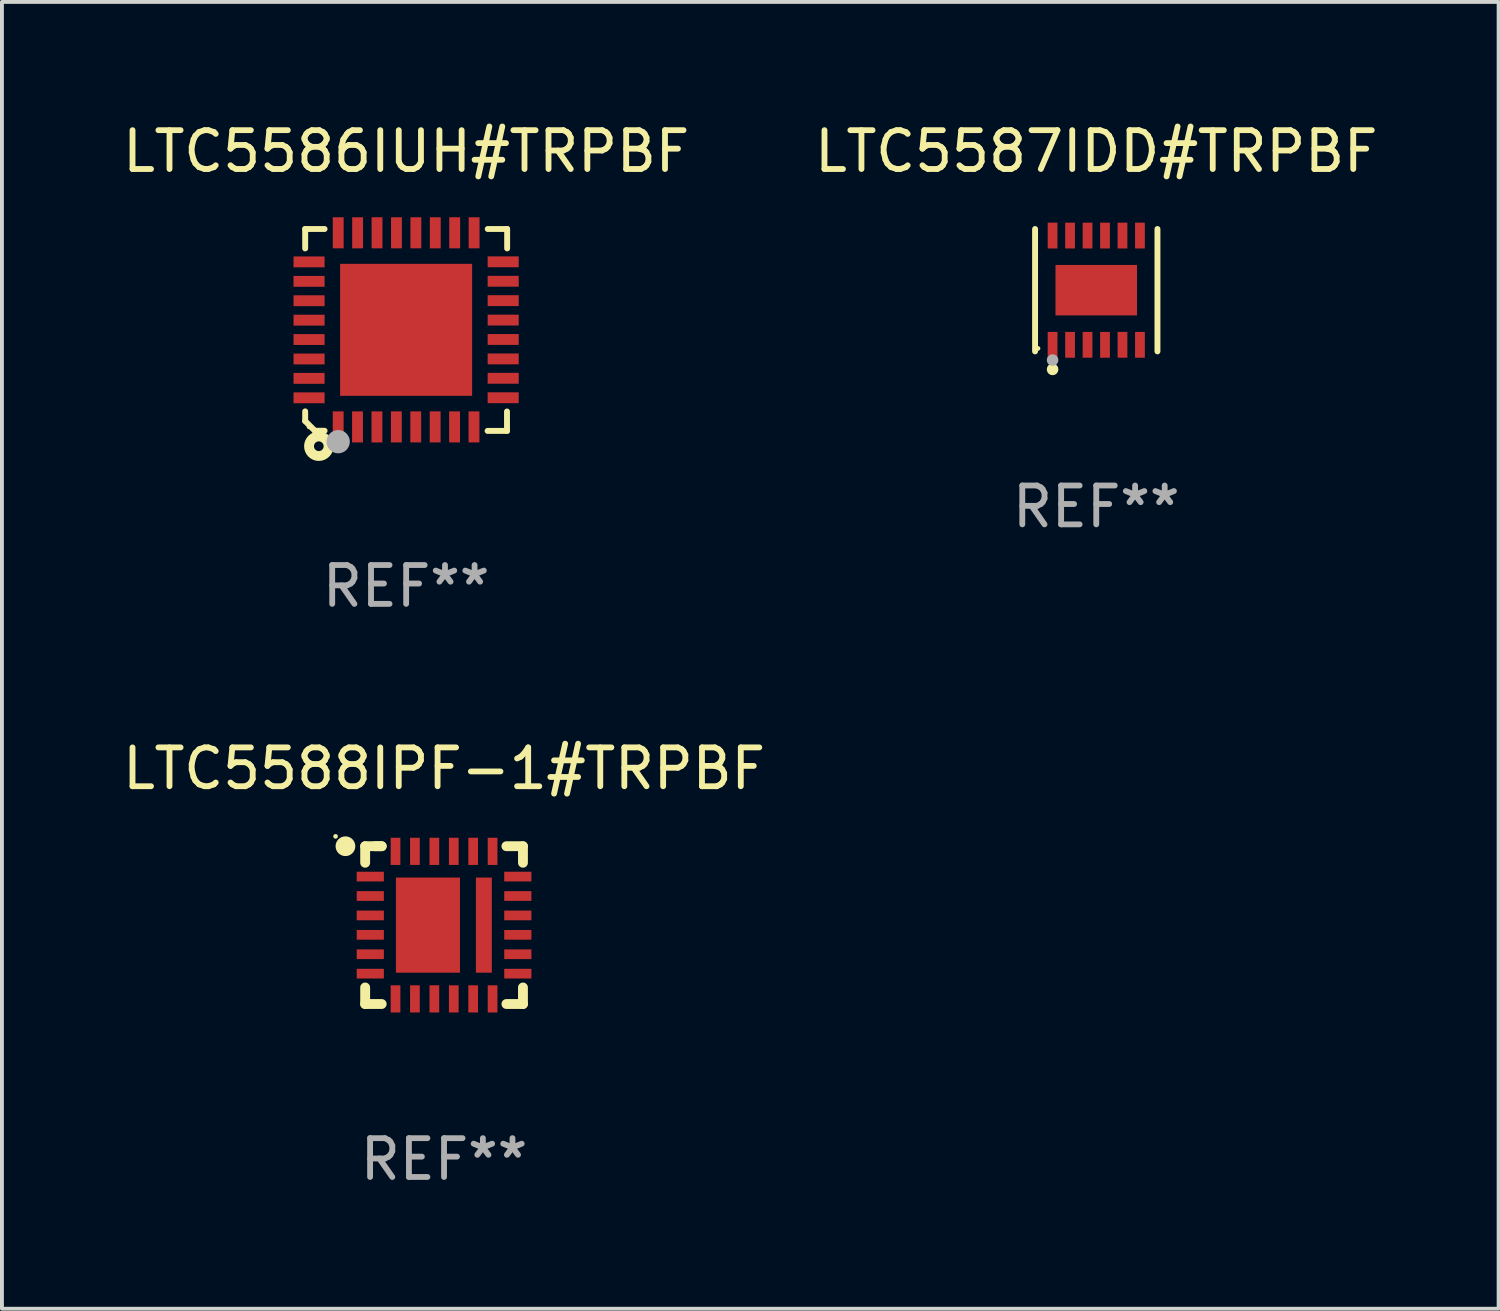
<source format=kicad_pcb>
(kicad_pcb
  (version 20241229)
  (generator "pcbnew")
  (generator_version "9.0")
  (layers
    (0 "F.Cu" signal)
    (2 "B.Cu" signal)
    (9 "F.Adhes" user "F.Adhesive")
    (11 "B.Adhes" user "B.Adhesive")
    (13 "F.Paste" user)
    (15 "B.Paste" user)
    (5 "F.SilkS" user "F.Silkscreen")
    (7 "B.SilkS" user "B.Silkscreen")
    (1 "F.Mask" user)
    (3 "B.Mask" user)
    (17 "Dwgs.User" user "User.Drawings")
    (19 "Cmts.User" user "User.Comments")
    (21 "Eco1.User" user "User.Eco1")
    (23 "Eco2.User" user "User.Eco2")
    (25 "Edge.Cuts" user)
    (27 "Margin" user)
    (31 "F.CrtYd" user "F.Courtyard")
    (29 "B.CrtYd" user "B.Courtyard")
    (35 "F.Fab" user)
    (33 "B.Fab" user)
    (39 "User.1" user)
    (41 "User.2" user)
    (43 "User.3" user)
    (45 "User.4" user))
  (footprint "LTC5588IPF-1#TRPBF"
    (layer "F.Cu")
    (at 8.387 20.777)
    (property "Reference" "LTC5588IPF-1#TRPBF" (at 0 -4.032 0) (layer "F.SilkS") (effects (font (size 1 1) (thickness 0.15))))
    (attr through_hole)
    (fp_line (start -2.032 -2.032) (end -2.032 -1.606) (stroke (width 0.254) (type solid)) (layer "F.SilkS"))
    (fp_line (start -2.032 1.606) (end -2.032 2.032) (stroke (width 0.254) (type solid)) (layer "F.SilkS"))
    (fp_line (start -2.032 2.032) (end -1.606 2.032) (stroke (width 0.254) (type solid)) (layer "F.SilkS"))
    (fp_line (start -1.606 -2.032) (end -2.032 -2.032) (stroke (width 0.254) (type solid)) (layer "F.SilkS"))
    (fp_line (start -1.606 -2.032) (end -1.778 -2.032) (stroke (width 0.254) (type solid)) (layer "F.SilkS"))
    (fp_line (start 1.606 2.032) (end 2.032 2.032) (stroke (width 0.254) (type solid)) (layer "F.SilkS"))
    (fp_line (start 2.032 -2.032) (end 1.606 -2.032) (stroke (width 0.254) (type solid)) (layer "F.SilkS"))
    (fp_line (start 2.032 -1.606) (end 2.032 -2.032) (stroke (width 0.254) (type solid)) (layer "F.SilkS"))
    (fp_line (start 2.032 2.032) (end 2.032 1.606) (stroke (width 0.254) (type solid)) (layer "F.SilkS"))
    (fp_circle (center -2.794 -2.286) (end -2.764 -2.286) (stroke (width 0.06) (type solid)) (fill no) (layer "F.SilkS"))
    (fp_circle (center -2.54 -2.032) (end -2.413 -2.032) (stroke (width 0.254) (type solid)) (fill no) (layer "F.SilkS"))
    (fp_text user "REF**" (at 0 6.032 0) (layer "F.Fab") (effects (font (size 1 1) (thickness 0.15))))
    (pad "1" smd rect (at -1.9 -1.25) (size 0.7 0.25) (layers "F.Cu" "F.Mask" "F.Paste"))
    (pad "2" smd rect (at -1.9 -0.75) (size 0.7 0.25) (layers "F.Cu" "F.Mask" "F.Paste"))
    (pad "3" smd rect (at -1.9 -0.25) (size 0.7 0.25) (layers "F.Cu" "F.Mask" "F.Paste"))
    (pad "4" smd rect (at -1.9 0.25) (size 0.7 0.25) (layers "F.Cu" "F.Mask" "F.Paste"))
    (pad "5" smd rect (at -1.9 0.75) (size 0.7 0.25) (layers "F.Cu" "F.Mask" "F.Paste"))
    (pad "6" smd rect (at -1.9 1.25) (size 0.7 0.25) (layers "F.Cu" "F.Mask" "F.Paste"))
    (pad "7" smd rect (at -1.25 1.9 90) (size 0.7 0.25) (layers "F.Cu" "F.Mask" "F.Paste"))
    (pad "8" smd rect (at -0.75 1.9 90) (size 0.7 0.25) (layers "F.Cu" "F.Mask" "F.Paste"))
    (pad "9" smd rect (at -0.25 1.9 90) (size 0.7 0.25) (layers "F.Cu" "F.Mask" "F.Paste"))
    (pad "10" smd rect (at 0.25 1.9 90) (size 0.7 0.25) (layers "F.Cu" "F.Mask" "F.Paste"))
    (pad "11" smd rect (at 0.75 1.9 90) (size 0.7 0.25) (layers "F.Cu" "F.Mask" "F.Paste"))
    (pad "12" smd rect (at 1.25 1.9 90) (size 0.7 0.25) (layers "F.Cu" "F.Mask" "F.Paste"))
    (pad "13" smd rect (at 1.9 1.25 180) (size 0.7 0.25) (layers "F.Cu" "F.Mask" "F.Paste"))
    (pad "14" smd rect (at 1.9 0.75 180) (size 0.7 0.25) (layers "F.Cu" "F.Mask" "F.Paste"))
    (pad "15" smd rect (at 1.9 0.25 180) (size 0.7 0.25) (layers "F.Cu" "F.Mask" "F.Paste"))
    (pad "16" smd rect (at 1.9 -0.25 180) (size 0.7 0.25) (layers "F.Cu" "F.Mask" "F.Paste"))
    (pad "17" smd rect (at 1.9 -0.75 180) (size 0.7 0.25) (layers "F.Cu" "F.Mask" "F.Paste"))
    (pad "18" smd rect (at 1.9 -1.25 180) (size 0.7 0.25) (layers "F.Cu" "F.Mask" "F.Paste"))
    (pad "19" smd rect (at 1.25 -1.9 270) (size 0.7 0.25) (layers "F.Cu" "F.Mask" "F.Paste"))
    (pad "20" smd rect (at 0.75 -1.9 270) (size 0.7 0.25) (layers "F.Cu" "F.Mask" "F.Paste"))
    (pad "21" smd rect (at 0.25 -1.9 270) (size 0.7 0.25) (layers "F.Cu" "F.Mask" "F.Paste"))
    (pad "22" smd rect (at -0.25 -1.9 270) (size 0.7 0.25) (layers "F.Cu" "F.Mask" "F.Paste"))
    (pad "23" smd rect (at -0.75 -1.9 270) (size 0.7 0.25) (layers "F.Cu" "F.Mask" "F.Paste"))
    (pad "24" smd rect (at -1.25 -1.9 270) (size 0.7 0.25) (layers "F.Cu" "F.Mask" "F.Paste"))
    (pad "25" smd rect (at -0.415 0 270) (size 2.45 1.65) (layers "F.Cu" "F.Mask" "F.Paste"))
    (pad "26" smd rect (at 1.025 0 270) (size 2.45 0.41) (layers "F.Cu" "F.Mask" "F.Paste")))
  (footprint "LTC5586IUH#TRPBF"
    (layer "F.Cu")
    (at 7.411 5.448)
    (property "Reference" "LTC5586IUH#TRPBF" (at 0 -4.6 0) (layer "F.SilkS") (effects (font (size 1 1) (thickness 0.15))))
    (attr through_hole)
    (fp_line (start -2.601 2.097) (end -2.601 2.347) (stroke (width 0.152) (type solid)) (layer "F.SilkS"))
    (fp_line (start -2.601 2.347) (end -2.351 2.597) (stroke (width 0.152) (type solid)) (layer "F.SilkS"))
    (fp_line (start -2.601 -2.6) (end -2.601 -2.1) (stroke (width 0.152) (type solid)) (layer "F.SilkS"))
    (fp_line (start -2.601 -2.6) (end -2.101 -2.6) (stroke (width 0.152) (type solid)) (layer "F.SilkS"))
    (fp_line (start -2.351 2.597) (end -2.101 2.597) (stroke (width 0.152) (type solid)) (layer "F.SilkS"))
    (fp_line (start 2.597 2.6) (end 2.097 2.6) (stroke (width 0.152) (type solid)) (layer "F.SilkS"))
    (fp_line (start 2.597 2.6) (end 2.597 2.1) (stroke (width 0.152) (type solid)) (layer "F.SilkS"))
    (fp_line (start 2.601 -2.6) (end 2.101 -2.6) (stroke (width 0.152) (type solid)) (layer "F.SilkS"))
    (fp_line (start 2.601 -2.6) (end 2.601 -2.1) (stroke (width 0.152) (type solid)) (layer "F.SilkS"))
    (fp_circle (center -2.501 2.497) (end -2.471 2.497) (stroke (width 0.06) (type solid)) (fill no) (layer "F.SilkS"))
    (fp_circle (center -2.25 2.995) (end -2.125 2.995) (stroke (width 0.254) (type solid)) (fill no) (layer "F.SilkS"))
    (fp_circle (center -1.751 2.878) (end -1.601 2.878) (stroke (width 0.3) (type solid)) (fill no) (layer "F.Fab"))
    (fp_text user "REF**" (at 0 6.6 0) (layer "F.Fab") (effects (font (size 1 1) (thickness 0.15))))
    (pad "1" smd rect (at -1.751 2.497) (size 0.28 0.8) (layers "F.Cu" "F.Mask" "F.Paste"))
    (pad "2" smd rect (at -1.253 2.497) (size 0.28 0.8) (layers "F.Cu" "F.Mask" "F.Paste"))
    (pad "3" smd rect (at -0.753 2.497) (size 0.28 0.8) (layers "F.Cu" "F.Mask" "F.Paste"))
    (pad "4" smd rect (at -0.253 2.497) (size 0.28 0.8) (layers "F.Cu" "F.Mask" "F.Paste"))
    (pad "5" smd rect (at 0.247 2.497) (size 0.28 0.8) (layers "F.Cu" "F.Mask" "F.Paste"))
    (pad "6" smd rect (at 0.747 2.497) (size 0.28 0.8) (layers "F.Cu" "F.Mask" "F.Paste"))
    (pad "7" smd rect (at 1.247 2.497) (size 0.28 0.8) (layers "F.Cu" "F.Mask" "F.Paste"))
    (pad "8" smd rect (at 1.747 2.497) (size 0.28 0.8) (layers "F.Cu" "F.Mask" "F.Paste"))
    (pad "9" smd rect (at 2.499 1.746) (size 0.8 0.28) (layers "F.Cu" "F.Mask" "F.Paste"))
    (pad "10" smd rect (at 2.499 1.245) (size 0.8 0.28) (layers "F.Cu" "F.Mask" "F.Paste"))
    (pad "11" smd rect (at 2.499 0.746) (size 0.8 0.28) (layers "F.Cu" "F.Mask" "F.Paste"))
    (pad "12" smd rect (at 2.499 0.245) (size 0.8 0.28) (layers "F.Cu" "F.Mask" "F.Paste"))
    (pad "13" smd rect (at 2.499 -0.254) (size 0.8 0.28) (layers "F.Cu" "F.Mask" "F.Paste"))
    (pad "14" smd rect (at 2.499 -0.755) (size 0.8 0.28) (layers "F.Cu" "F.Mask" "F.Paste"))
    (pad "15" smd rect (at 2.499 -1.254) (size 0.8 0.28) (layers "F.Cu" "F.Mask" "F.Paste"))
    (pad "16" smd rect (at 2.499 -1.755) (size 0.8 0.28) (layers "F.Cu" "F.Mask" "F.Paste"))
    (pad "17" smd rect (at 1.75 -2.502) (size 0.28 0.8) (layers "F.Cu" "F.Mask" "F.Paste"))
    (pad "18" smd rect (at 1.25 -2.502) (size 0.28 0.8) (layers "F.Cu" "F.Mask" "F.Paste"))
    (pad "19" smd rect (at 0.75 -2.502) (size 0.28 0.8) (layers "F.Cu" "F.Mask" "F.Paste"))
    (pad "20" smd rect (at 0.25 -2.502) (size 0.28 0.8) (layers "F.Cu" "F.Mask" "F.Paste"))
    (pad "21" smd rect (at -0.25 -2.502) (size 0.28 0.8) (layers "F.Cu" "F.Mask" "F.Paste"))
    (pad "22" smd rect (at -0.75 -2.502) (size 0.28 0.8) (layers "F.Cu" "F.Mask" "F.Paste"))
    (pad "23" smd rect (at -1.25 -2.502) (size 0.28 0.8) (layers "F.Cu" "F.Mask" "F.Paste"))
    (pad "24" smd rect (at -1.75 -2.502) (size 0.28 0.8) (layers "F.Cu" "F.Mask" "F.Paste"))
    (pad "25" smd rect (at -2.501 -1.753) (size 0.8 0.28) (layers "F.Cu" "F.Mask" "F.Paste"))
    (pad "26" smd rect (at -2.501 -1.252) (size 0.8 0.28) (layers "F.Cu" "F.Mask" "F.Paste"))
    (pad "27" smd rect (at -2.501 -0.753) (size 0.8 0.28) (layers "F.Cu" "F.Mask" "F.Paste"))
    (pad "28" smd rect (at -2.501 -0.252) (size 0.8 0.28) (layers "F.Cu" "F.Mask" "F.Paste"))
    (pad "29" smd rect (at -2.501 0.247) (size 0.8 0.28) (layers "F.Cu" "F.Mask" "F.Paste"))
    (pad "30" smd rect (at -2.501 0.748) (size 0.8 0.28) (layers "F.Cu" "F.Mask" "F.Paste"))
    (pad "31" smd rect (at -2.501 1.247) (size 0.8 0.28) (layers "F.Cu" "F.Mask" "F.Paste"))
    (pad "32" smd rect (at -2.501 1.748) (size 0.8 0.28) (layers "F.Cu" "F.Mask" "F.Paste"))
    (pad "33" smd rect (at -0.001 -0.003 180) (size 3.4 3.4) (layers "F.Cu" "F.Mask" "F.Paste")))
  (footprint "LTC5587IDD#TRPBF"
    (layer "F.Cu")
    (at 25.185 4.424)
    (property "Reference" "LTC5587IDD#TRPBF" (at 0 -3.576 0) (layer "F.SilkS") (effects (font (size 1 1) (thickness 0.15))))
    (attr through_hole)
    (fp_line (start -1.576 1.576) (end -1.576 -1.576) (stroke (width 0.152) (type solid)) (layer "F.SilkS"))
    (fp_line (start 1.576 1.576) (end 1.576 -1.576) (stroke (width 0.152) (type solid)) (layer "F.SilkS"))
    (fp_circle (center -1.5 1.5) (end -1.47 1.5) (stroke (width 0.06) (type solid)) (fill no) (layer "F.SilkS"))
    (fp_circle (center -1.125 2.04) (end -1.05 2.04) (stroke (width 0.15) (type solid)) (fill no) (layer "F.SilkS"))
    (fp_circle (center -1.125 1.8) (end -1.05 1.8) (stroke (width 0.15) (type solid)) (fill no) (layer "F.Fab"))
    (fp_text user "REF**" (at 0 5.576 0) (layer "F.Fab") (effects (font (size 1 1) (thickness 0.15))))
    (pad "1" smd rect (at -1.125 1.407) (size 0.252 0.665) (layers "F.Cu" "F.Mask" "F.Paste"))
    (pad "2" smd rect (at -0.675 1.407) (size 0.252 0.665) (layers "F.Cu" "F.Mask" "F.Paste"))
    (pad "3" smd rect (at -0.225 1.407) (size 0.252 0.665) (layers "F.Cu" "F.Mask" "F.Paste"))
    (pad "4" smd rect (at 0.225 1.407) (size 0.252 0.665) (layers "F.Cu" "F.Mask" "F.Paste"))
    (pad "5" smd rect (at 0.675 1.407) (size 0.252 0.665) (layers "F.Cu" "F.Mask" "F.Paste"))
    (pad "6" smd rect (at 1.125 1.407) (size 0.252 0.665) (layers "F.Cu" "F.Mask" "F.Paste"))
    (pad "7" smd rect (at 1.125 -1.407) (size 0.252 0.665) (layers "F.Cu" "F.Mask" "F.Paste"))
    (pad "8" smd rect (at 0.675 -1.407) (size 0.252 0.665) (layers "F.Cu" "F.Mask" "F.Paste"))
    (pad "9" smd rect (at 0.225 -1.407) (size 0.252 0.665) (layers "F.Cu" "F.Mask" "F.Paste"))
    (pad "10" smd rect (at -0.225 -1.407) (size 0.252 0.665) (layers "F.Cu" "F.Mask" "F.Paste"))
    (pad "11" smd rect (at -0.675 -1.407) (size 0.252 0.665) (layers "F.Cu" "F.Mask" "F.Paste"))
    (pad "12" smd rect (at -1.125 -1.407) (size 0.252 0.665) (layers "F.Cu" "F.Mask" "F.Paste"))
    (pad "13" smd rect (at 0 0) (size 2.1 1.3) (layers "F.Cu" "F.Mask" "F.Paste")))
  (gr_rect
    (start -3 -3)
    (end 35.548 30.657)
    (stroke (width 0.1) (type default))
    (fill no)
    (layer "Edge.Cuts")))
</source>
